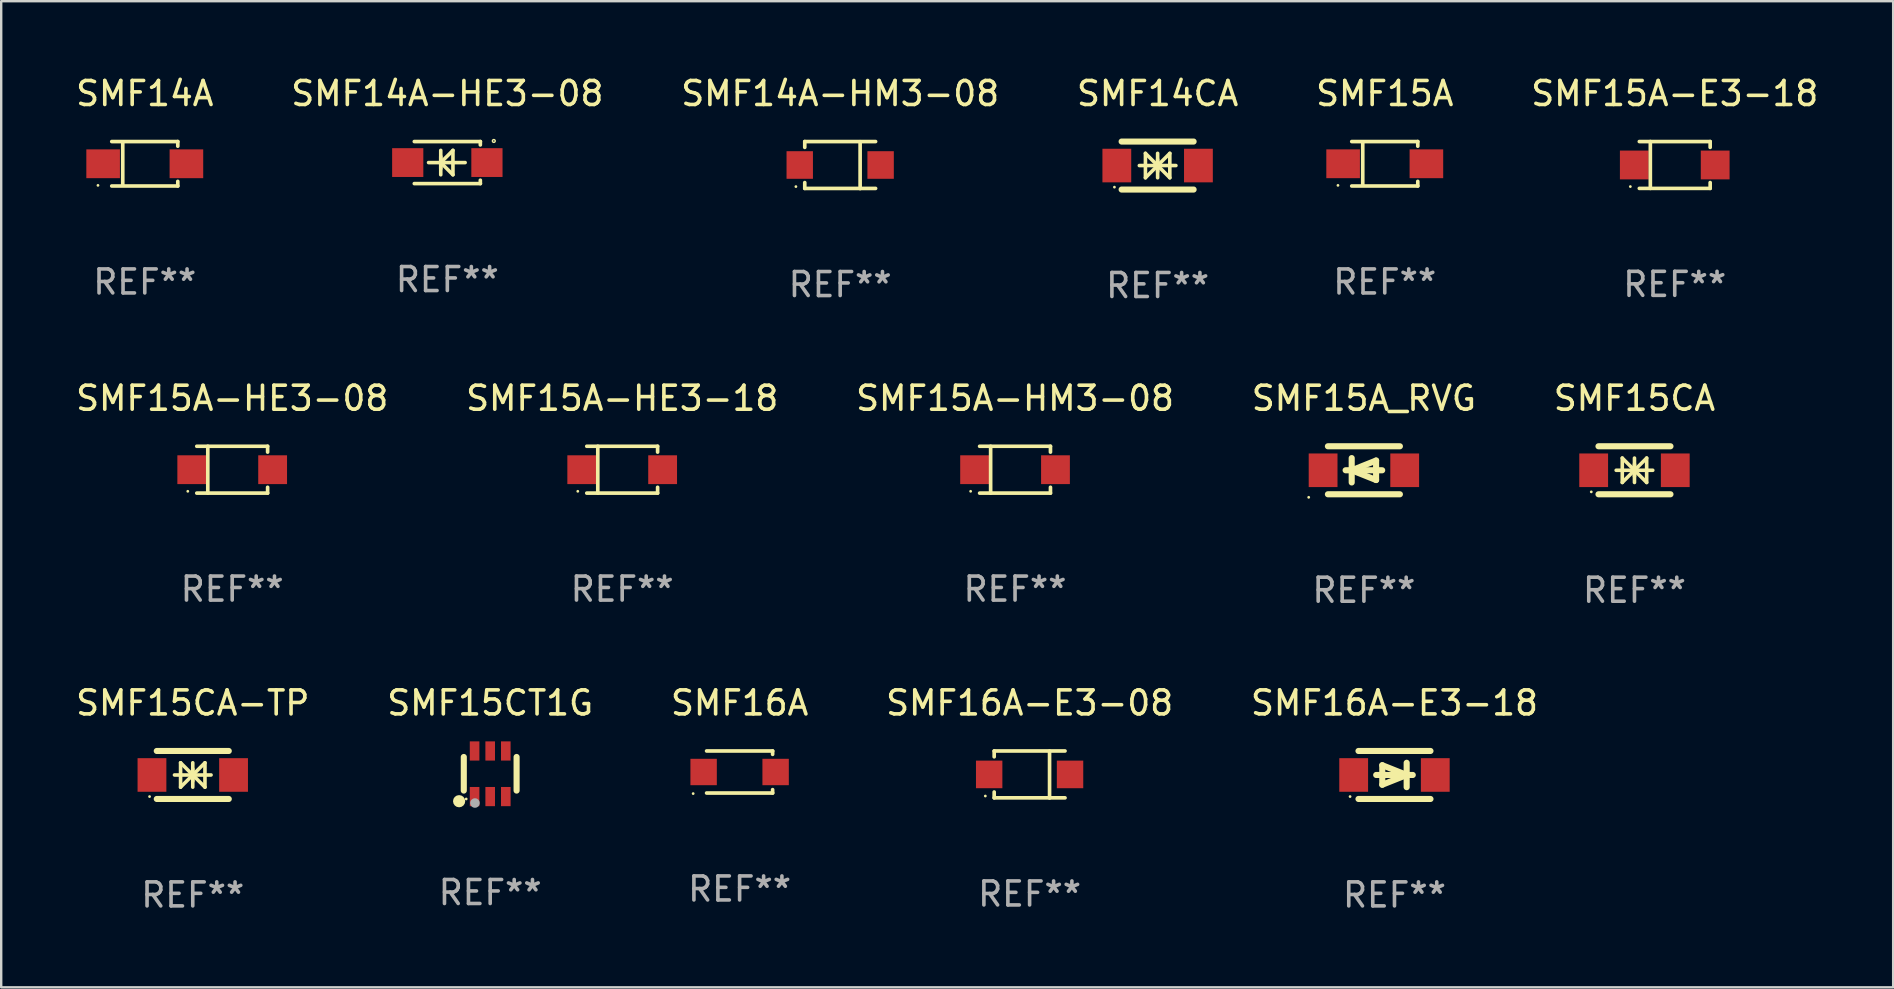
<source format=kicad_pcb>
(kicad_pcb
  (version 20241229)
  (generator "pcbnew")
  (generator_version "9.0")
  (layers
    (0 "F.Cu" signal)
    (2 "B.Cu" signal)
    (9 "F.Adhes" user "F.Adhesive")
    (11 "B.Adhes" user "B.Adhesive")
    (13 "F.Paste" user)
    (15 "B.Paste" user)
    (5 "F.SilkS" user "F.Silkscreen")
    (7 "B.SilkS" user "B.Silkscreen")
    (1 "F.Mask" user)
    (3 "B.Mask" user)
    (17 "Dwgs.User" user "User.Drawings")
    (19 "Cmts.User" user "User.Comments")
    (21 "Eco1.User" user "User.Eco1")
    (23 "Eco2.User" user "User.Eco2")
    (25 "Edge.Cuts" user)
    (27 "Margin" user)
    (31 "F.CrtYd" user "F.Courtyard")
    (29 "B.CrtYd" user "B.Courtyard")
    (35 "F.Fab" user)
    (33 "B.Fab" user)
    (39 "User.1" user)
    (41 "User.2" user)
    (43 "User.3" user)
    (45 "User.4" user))
  (footprint "SMF15A"
    (layer "F.Cu")
    (at 54.649 3.774)
    (property "Reference" "SMF15A" (at 0 -2.926 0) (layer "F.SilkS") (effects (font (size 1 1) (thickness 0.15))))
    (attr through_hole)
    (fp_line (start -1.376 -0.926) (end 1.376 -0.926) (stroke (width 0.152) (type solid)) (layer "F.SilkS"))
    (fp_line (start -1.376 0.926) (end 1.376 0.926) (stroke (width 0.152) (type solid)) (layer "F.SilkS"))
    (fp_line (start -0.917 -0.876) (end -0.917 0.876) (stroke (width 0.152) (type solid)) (layer "F.SilkS"))
    (fp_line (start 1.376 -0.926) (end 1.376 -0.733) (stroke (width 0.152) (type solid)) (layer "F.SilkS"))
    (fp_line (start 1.376 0.926) (end 1.376 0.733) (stroke (width 0.152) (type solid)) (layer "F.SilkS"))
    (fp_circle (center -1.95 0.9) (end -1.92 0.9) (stroke (width 0.06) (type solid)) (fill no) (layer "F.SilkS"))
    (fp_text user "REF**" (at 0 4.926 0) (layer "F.Fab") (effects (font (size 1 1) (thickness 0.15))))
    (pad "1" smd rect (at -1.735 0) (size 1.4 1.2) (layers "F.Cu" "F.Mask" "F.Paste"))
    (pad "2" smd rect (at 1.735 0) (size 1.4 1.2) (layers "F.Cu" "F.Mask" "F.Paste")))
  (footprint "SMF14A"
    (layer "F.Cu")
    (at 2.982 3.774)
    (property "Reference" "SMF14A" (at 0 -2.926 0) (layer "F.SilkS") (effects (font (size 1 1) (thickness 0.15))))
    (attr through_hole)
    (fp_line (start -1.376 -0.926) (end 1.376 -0.926) (stroke (width 0.152) (type solid)) (layer "F.SilkS"))
    (fp_line (start -1.376 0.926) (end 1.376 0.926) (stroke (width 0.152) (type solid)) (layer "F.SilkS"))
    (fp_line (start -0.917 -0.876) (end -0.917 0.876) (stroke (width 0.152) (type solid)) (layer "F.SilkS"))
    (fp_line (start 1.376 -0.926) (end 1.376 -0.733) (stroke (width 0.152) (type solid)) (layer "F.SilkS"))
    (fp_line (start 1.376 0.926) (end 1.376 0.733) (stroke (width 0.152) (type solid)) (layer "F.SilkS"))
    (fp_circle (center -1.95 0.9) (end -1.92 0.9) (stroke (width 0.06) (type solid)) (fill no) (layer "F.SilkS"))
    (fp_text user "REF**" (at 0 4.926 0) (layer "F.Fab") (effects (font (size 1 1) (thickness 0.15))))
    (pad "1" smd rect (at -1.735 0) (size 1.4 1.2) (layers "F.Cu" "F.Mask" "F.Paste"))
    (pad "2" smd rect (at 1.735 0) (size 1.4 1.2) (layers "F.Cu" "F.Mask" "F.Paste")))
  (footprint "SMF15A-HM3-08"
    (layer "F.Cu")
    (at 39.244 16.521)
    (property "Reference" "SMF15A-HM3-08" (at 0 -2.976 0) (layer "F.SilkS") (effects (font (size 1 1) (thickness 0.15))))
    (attr through_hole)
    (fp_line (start -1.476 -0.976) (end 1.476 -0.976) (stroke (width 0.152) (type solid)) (layer "F.SilkS"))
    (fp_line (start -1.476 0.976) (end 1.476 0.976) (stroke (width 0.152) (type solid)) (layer "F.SilkS"))
    (fp_line (start -1.017 -0.976) (end -1.017 0.976) (stroke (width 0.152) (type solid)) (layer "F.SilkS"))
    (fp_line (start 1.476 -0.976) (end 1.476 -0.733) (stroke (width 0.152) (type solid)) (layer "F.SilkS"))
    (fp_line (start 1.476 0.976) (end 1.476 0.733) (stroke (width 0.152) (type solid)) (layer "F.SilkS"))
    (fp_circle (center -1.85 0.9) (end -1.82 0.9) (stroke (width 0.06) (type solid)) (fill no) (layer "F.SilkS"))
    (fp_text user "REF**" (at 0 4.976 0) (layer "F.Fab") (effects (font (size 1 1) (thickness 0.15))))
    (pad "1" smd rect (at -1.685 0) (size 1.2 1.2) (layers "F.Cu" "F.Mask" "F.Paste"))
    (pad "2" smd rect (at 1.685 0) (size 1.2 1.2) (layers "F.Cu" "F.Mask" "F.Paste")))
  (footprint "SMF14A-HM3-08"
    (layer "F.Cu")
    (at 31.958 3.828)
    (property "Reference" "SMF14A-HM3-08" (at 0 -2.98 0) (layer "F.SilkS") (effects (font (size 1 1) (thickness 0.15))))
    (attr through_hole)
    (fp_line (start -1.476 -0.98) (end -1.476 -0.737) (stroke (width 0.152) (type solid)) (layer "F.SilkS"))
    (fp_line (start -1.476 0.973) (end -1.476 0.73) (stroke (width 0.152) (type solid)) (layer "F.SilkS"))
    (fp_line (start 0.831 0.98) (end 0.831 -0.973) (stroke (width 0.152) (type solid)) (layer "F.SilkS"))
    (fp_line (start 1.476 -0.98) (end -1.476 -0.98) (stroke (width 0.152) (type solid)) (layer "F.SilkS"))
    (fp_line (start 1.476 0.973) (end -1.476 0.973) (stroke (width 0.152) (type solid)) (layer "F.SilkS"))
    (fp_circle (center -1.845 0.897) (end -1.815 0.897) (stroke (width 0.06) (type solid)) (fill no) (layer "F.SilkS"))
    (fp_text user "REF**" (at 0 4.98 0) (layer "F.Fab") (effects (font (size 1 1) (thickness 0.15))))
    (pad "1" smd rect (at -1.685 -0.003) (size 1.1 1.15) (layers "F.Cu" "F.Mask" "F.Paste"))
    (pad "2" smd rect (at 1.685 -0.003) (size 1.1 1.15) (layers "F.Cu" "F.Mask" "F.Paste")))
  (footprint "SMF16A"
    (layer "F.Cu")
    (at 27.768 29.117)
    (property "Reference" "SMF16A" (at 0 -2.876 0) (layer "F.SilkS") (effects (font (size 1 1) (thickness 0.15))))
    (attr through_hole)
    (fp_line (start -1.376 -0.876) (end 1.376 -0.876) (stroke (width 0.152) (type solid)) (layer "F.SilkS"))
    (fp_line (start -1.376 0.876) (end 1.376 0.876) (stroke (width 0.152) (type solid)) (layer "F.SilkS"))
    (fp_line (start 1.376 -0.876) (end 1.375 -0.735) (stroke (width 0.152) (type solid)) (layer "F.SilkS"))
    (fp_line (start 1.376 0.876) (end 1.375 0.735) (stroke (width 0.152) (type solid)) (layer "F.SilkS"))
    (fp_circle (center -1.936 0.9) (end -1.906 0.9) (stroke (width 0.06) (type solid)) (fill no) (layer "F.SilkS"))
    (fp_text user "REF**" (at 0 4.876 0) (layer "F.Fab") (effects (font (size 1 1) (thickness 0.15))))
    (pad "1" smd rect (at -1.5 0.000127 180) (size 1.1 1.1) (layers "F.Cu" "F.Mask" "F.Paste"))
    (pad "2" smd rect (at 1.5 0.000127 180) (size 1.1 1.1) (layers "F.Cu" "F.Mask" "F.Paste")))
  (footprint "SMF16A-E3-08"
    (layer "F.Cu")
    (at 39.851 29.221)
    (property "Reference" "SMF16A-E3-08" (at 0 -2.98 0) (layer "F.SilkS") (effects (font (size 1 1) (thickness 0.15))))
    (attr through_hole)
    (fp_line (start -1.476 -0.98) (end -1.476 -0.737) (stroke (width 0.152) (type solid)) (layer "F.SilkS"))
    (fp_line (start -1.476 0.973) (end -1.476 0.73) (stroke (width 0.152) (type solid)) (layer "F.SilkS"))
    (fp_line (start 0.831 0.98) (end 0.831 -0.973) (stroke (width 0.152) (type solid)) (layer "F.SilkS"))
    (fp_line (start 1.476 -0.98) (end -1.476 -0.98) (stroke (width 0.152) (type solid)) (layer "F.SilkS"))
    (fp_line (start 1.476 0.973) (end -1.476 0.973) (stroke (width 0.152) (type solid)) (layer "F.SilkS"))
    (fp_circle (center -1.845 0.897) (end -1.815 0.897) (stroke (width 0.06) (type solid)) (fill no) (layer "F.SilkS"))
    (fp_text user "REF**" (at 0 4.98 0) (layer "F.Fab") (effects (font (size 1 1) (thickness 0.15))))
    (pad "1" smd rect (at -1.685 -0.003) (size 1.1 1.15) (layers "F.Cu" "F.Mask" "F.Paste"))
    (pad "2" smd rect (at 1.685 -0.003) (size 1.1 1.15) (layers "F.Cu" "F.Mask" "F.Paste")))
  (footprint "SMF15CA"
    (layer "F.Cu")
    (at 65.054 16.545)
    (property "Reference" "SMF15CA" (at 0 -3 0) (layer "F.SilkS") (effects (font (size 1 1) (thickness 0.15))))
    (attr through_hole)
    (fp_line (start -1.5 -1) (end 1.5 -1) (stroke (width 0.254) (type solid)) (layer "F.SilkS"))
    (fp_line (start -1.5 1) (end 1.5 1) (stroke (width 0.254) (type solid)) (layer "F.SilkS"))
    (fp_line (start -0.762 0) (end 0.762 0) (stroke (width 0.15) (type solid)) (layer "F.SilkS"))
    (fp_line (start -0.508 -0.508) (end -0.508 0.508) (stroke (width 0.15) (type solid)) (layer "F.SilkS"))
    (fp_line (start 0 -0.508) (end 0 0.508) (stroke (width 0.15) (type solid)) (layer "F.SilkS"))
    (fp_line (start 0 0) (end -0.508 -0.508) (stroke (width 0.15) (type solid)) (layer "F.SilkS"))
    (fp_line (start 0 0) (end -0.508 0.508) (stroke (width 0.15) (type solid)) (layer "F.SilkS"))
    (fp_line (start 0 0) (end 0.508 -0.508) (stroke (width 0.15) (type solid)) (layer "F.SilkS"))
    (fp_line (start 0 0) (end 0.508 0.508) (stroke (width 0.15) (type solid)) (layer "F.SilkS"))
    (fp_line (start 0 0.254) (end 0 -0.254) (stroke (width 0.15) (type solid)) (layer "F.SilkS"))
    (fp_line (start 0.508 0.508) (end 0.508 -0.508) (stroke (width 0.15) (type solid)) (layer "F.SilkS"))
    (fp_circle (center -1.8 0.9) (end -1.77 0.9) (stroke (width 0.06) (type solid)) (fill no) (layer "F.SilkS"))
    (fp_text user "REF**" (at 0 5 0) (layer "F.Fab") (effects (font (size 1 1) (thickness 0.15))))
    (pad "1" smd rect (at -1.7 0) (size 1.2 1.4) (layers "F.Cu" "F.Mask" "F.Paste"))
    (pad "2" smd rect (at 1.7 0) (size 1.2 1.4) (layers "F.Cu" "F.Mask" "F.Paste")))
  (footprint "SMF15CT1G"
    (layer "F.Cu")
    (at 17.375 29.191)
    (property "Reference" "SMF15CT1G" (at 0 -2.95 0) (layer "F.SilkS") (effects (font (size 1 1) (thickness 0.15))))
    (attr through_hole)
    (fp_line (start -1.1 -0.7) (end -1.1 0.7) (stroke (width 0.254) (type solid)) (layer "F.SilkS"))
    (fp_line (start 1.1 -0.7) (end 1.1 0.7) (stroke (width 0.254) (type solid)) (layer "F.SilkS"))
    (fp_circle (center -1.295 1.143) (end -1.168 1.143) (stroke (width 0.254) (type solid)) (fill no) (layer "F.SilkS"))
    (fp_circle (center -1 1.05) (end -0.97 1.05) (stroke (width 0.06) (type solid)) (fill no) (layer "F.SilkS"))
    (fp_circle (center -0.635 1.219) (end -0.535 1.219) (stroke (width 0.2) (type solid)) (fill no) (layer "F.Fab"))
    (fp_text user "REF**" (at 0 4.95 0) (layer "F.Fab") (effects (font (size 1 1) (thickness 0.15))))
    (pad "1" smd rect (at -0.65 0.95) (size 0.4 0.8) (layers "F.Cu" "F.Mask" "F.Paste"))
    (pad "2" smd rect (at 0 0.95) (size 0.4 0.8) (layers "F.Cu" "F.Mask" "F.Paste"))
    (pad "3" smd rect (at 0.65 0.95) (size 0.4 0.8) (layers "F.Cu" "F.Mask" "F.Paste"))
    (pad "4" smd rect (at 0.65 -0.95) (size 0.4 0.8) (layers "F.Cu" "F.Mask" "F.Paste"))
    (pad "5" smd rect (at 0 -0.95) (size 0.4 0.8) (layers "F.Cu" "F.Mask" "F.Paste"))
    (pad "6" smd rect (at -0.65 -0.95) (size 0.4 0.8) (layers "F.Cu" "F.Mask" "F.Paste")))
  (footprint "SMF14A-HE3-08"
    (layer "F.Cu")
    (at 15.589 3.724)
    (property "Reference" "SMF14A-HE3-08" (at 0 -2.876 0) (layer "F.SilkS") (effects (font (size 1 1) (thickness 0.15))))
    (attr through_hole)
    (fp_line (start -1.376 -0.876) (end 1.376 -0.876) (stroke (width 0.152) (type solid)) (layer "F.SilkS"))
    (fp_line (start -1.376 0.876) (end 1.376 0.876) (stroke (width 0.152) (type solid)) (layer "F.SilkS"))
    (fp_line (start -0.782 0) (end 0.742 0) (stroke (width 0.15) (type solid)) (layer "F.SilkS"))
    (fp_line (start -0.274 -0.508) (end -0.274 0.508) (stroke (width 0.15) (type solid)) (layer "F.SilkS"))
    (fp_line (start -0.274 0) (end 0.234 -0.508) (stroke (width 0.15) (type solid)) (layer "F.SilkS"))
    (fp_line (start -0.274 0) (end 0.234 0.508) (stroke (width 0.15) (type solid)) (layer "F.SilkS"))
    (fp_line (start -0.274 0.254) (end -0.274 -0.254) (stroke (width 0.15) (type solid)) (layer "F.SilkS"))
    (fp_line (start 0.234 0.508) (end 0.234 -0.508) (stroke (width 0.15) (type solid)) (layer "F.SilkS"))
    (fp_line (start 1.376 -0.876) (end 1.375 -0.735) (stroke (width 0.152) (type solid)) (layer "F.SilkS"))
    (fp_line (start 1.376 0.876) (end 1.375 0.735) (stroke (width 0.152) (type solid)) (layer "F.SilkS"))
    (fp_circle (center 1.937 -0.9) (end 1.966 -0.9) (stroke (width 0.06) (type solid)) (fill no) (layer "F.SilkS"))
    (fp_text user "REF**" (at 0 4.876 0) (layer "F.Fab") (effects (font (size 1 1) (thickness 0.15))))
    (pad "1" smd rect (at 1.65 0 180) (size 1.3 1.2) (layers "F.Cu" "F.Mask" "F.Paste"))
    (pad "2" smd rect (at -1.65 0 180) (size 1.3 1.2) (layers "F.Cu" "F.Mask" "F.Paste")))
  (footprint "SMF15A-HE3-08"
    (layer "F.Cu")
    (at 6.625 16.521)
    (property "Reference" "SMF15A-HE3-08" (at 0 -2.976 0) (layer "F.SilkS") (effects (font (size 1 1) (thickness 0.15))))
    (attr through_hole)
    (fp_line (start -1.476 -0.976) (end 1.476 -0.976) (stroke (width 0.152) (type solid)) (layer "F.SilkS"))
    (fp_line (start -1.476 0.976) (end 1.476 0.976) (stroke (width 0.152) (type solid)) (layer "F.SilkS"))
    (fp_line (start -1.017 -0.976) (end -1.017 0.976) (stroke (width 0.152) (type solid)) (layer "F.SilkS"))
    (fp_line (start 1.476 -0.976) (end 1.476 -0.733) (stroke (width 0.152) (type solid)) (layer "F.SilkS"))
    (fp_line (start 1.476 0.976) (end 1.476 0.733) (stroke (width 0.152) (type solid)) (layer "F.SilkS"))
    (fp_circle (center -1.85 0.9) (end -1.82 0.9) (stroke (width 0.06) (type solid)) (fill no) (layer "F.SilkS"))
    (fp_text user "REF**" (at 0 4.976 0) (layer "F.Fab") (effects (font (size 1 1) (thickness 0.15))))
    (pad "1" smd rect (at -1.685 0) (size 1.2 1.2) (layers "F.Cu" "F.Mask" "F.Paste"))
    (pad "2" smd rect (at 1.685 0) (size 1.2 1.2) (layers "F.Cu" "F.Mask" "F.Paste")))
  (footprint "SMF15A-E3-18"
    (layer "F.Cu")
    (at 66.732 3.824)
    (property "Reference" "SMF15A-E3-18" (at 0 -2.976 0) (layer "F.SilkS") (effects (font (size 1 1) (thickness 0.15))))
    (attr through_hole)
    (fp_line (start -1.476 -0.976) (end 1.476 -0.976) (stroke (width 0.152) (type solid)) (layer "F.SilkS"))
    (fp_line (start -1.476 0.976) (end 1.476 0.976) (stroke (width 0.152) (type solid)) (layer "F.SilkS"))
    (fp_line (start -1.017 -0.976) (end -1.017 0.976) (stroke (width 0.152) (type solid)) (layer "F.SilkS"))
    (fp_line (start 1.476 -0.976) (end 1.476 -0.733) (stroke (width 0.152) (type solid)) (layer "F.SilkS"))
    (fp_line (start 1.476 0.976) (end 1.476 0.733) (stroke (width 0.152) (type solid)) (layer "F.SilkS"))
    (fp_circle (center -1.85 0.9) (end -1.82 0.9) (stroke (width 0.06) (type solid)) (fill no) (layer "F.SilkS"))
    (fp_text user "REF**" (at 0 4.976 0) (layer "F.Fab") (effects (font (size 1 1) (thickness 0.15))))
    (pad "1" smd rect (at -1.685 0) (size 1.2 1.2) (layers "F.Cu" "F.Mask" "F.Paste"))
    (pad "2" smd rect (at 1.685 0) (size 1.2 1.2) (layers "F.Cu" "F.Mask" "F.Paste")))
  (footprint "SMF16A-E3-18"
    (layer "F.Cu")
    (at 55.054 29.241)
    (property "Reference" "SMF16A-E3-18" (at 0 -3 0) (layer "F.SilkS") (effects (font (size 1 1) (thickness 0.15))))
    (attr through_hole)
    (fp_line (start -1.5 -1) (end 1.5 -1) (stroke (width 0.254) (type solid)) (layer "F.SilkS"))
    (fp_line (start -1.5 1) (end 1.5 1) (stroke (width 0.254) (type solid)) (layer "F.SilkS"))
    (fp_line (start -0.508 -0.406) (end 0.508 0) (stroke (width 0.254) (type solid)) (layer "F.SilkS"))
    (fp_line (start -0.508 0.406) (end -0.508 -0.406) (stroke (width 0.254) (type solid)) (layer "F.SilkS"))
    (fp_line (start 0.508 0) (end -0.508 0.406) (stroke (width 0.254) (type solid)) (layer "F.SilkS"))
    (fp_line (start 0.508 0.508) (end 0.508 -0.508) (stroke (width 0.254) (type solid)) (layer "F.SilkS"))
    (fp_line (start 0.762 0) (end -0.762 0) (stroke (width 0.254) (type solid)) (layer "F.SilkS"))
    (fp_circle (center -1.85 0.9) (end -1.82 0.9) (stroke (width 0.06) (type solid)) (fill no) (layer "F.SilkS"))
    (fp_text user "REF**" (at 0 5 0) (layer "F.Fab") (effects (font (size 1 1) (thickness 0.15))))
    (pad "1" smd rect (at -1.7 0) (size 1.2 1.4) (layers "F.Cu" "F.Mask" "F.Paste"))
    (pad "2" smd rect (at 1.7 0) (size 1.2 1.4) (layers "F.Cu" "F.Mask" "F.Paste")))
  (footprint "SMF15A-HE3-18"
    (layer "F.Cu")
    (at 22.875 16.521)
    (property "Reference" "SMF15A-HE3-18" (at 0 -2.976 0) (layer "F.SilkS") (effects (font (size 1 1) (thickness 0.15))))
    (attr through_hole)
    (fp_line (start -1.476 -0.976) (end 1.476 -0.976) (stroke (width 0.152) (type solid)) (layer "F.SilkS"))
    (fp_line (start -1.476 0.976) (end 1.476 0.976) (stroke (width 0.152) (type solid)) (layer "F.SilkS"))
    (fp_line (start -1.017 -0.976) (end -1.017 0.976) (stroke (width 0.152) (type solid)) (layer "F.SilkS"))
    (fp_line (start 1.476 -0.976) (end 1.476 -0.733) (stroke (width 0.152) (type solid)) (layer "F.SilkS"))
    (fp_line (start 1.476 0.976) (end 1.476 0.733) (stroke (width 0.152) (type solid)) (layer "F.SilkS"))
    (fp_circle (center -1.85 0.9) (end -1.82 0.9) (stroke (width 0.06) (type solid)) (fill no) (layer "F.SilkS"))
    (fp_text user "REF**" (at 0 4.976 0) (layer "F.Fab") (effects (font (size 1 1) (thickness 0.15))))
    (pad "1" smd rect (at -1.685 0) (size 1.2 1.2) (layers "F.Cu" "F.Mask" "F.Paste"))
    (pad "2" smd rect (at 1.685 0) (size 1.2 1.2) (layers "F.Cu" "F.Mask" "F.Paste")))
  (footprint "SMF14CA"
    (layer "F.Cu")
    (at 45.185 3.848)
    (property "Reference" "SMF14CA" (at 0 -3 0) (layer "F.SilkS") (effects (font (size 1 1) (thickness 0.15))))
    (attr through_hole)
    (fp_line (start -1.5 -1) (end 1.5 -1) (stroke (width 0.254) (type solid)) (layer "F.SilkS"))
    (fp_line (start -1.5 1) (end 1.5 1) (stroke (width 0.254) (type solid)) (layer "F.SilkS"))
    (fp_line (start -0.762 0) (end 0.762 0) (stroke (width 0.15) (type solid)) (layer "F.SilkS"))
    (fp_line (start -0.508 -0.508) (end -0.508 0.508) (stroke (width 0.15) (type solid)) (layer "F.SilkS"))
    (fp_line (start 0 -0.508) (end 0 0.508) (stroke (width 0.15) (type solid)) (layer "F.SilkS"))
    (fp_line (start 0 0) (end -0.508 -0.508) (stroke (width 0.15) (type solid)) (layer "F.SilkS"))
    (fp_line (start 0 0) (end -0.508 0.508) (stroke (width 0.15) (type solid)) (layer "F.SilkS"))
    (fp_line (start 0 0) (end 0.508 -0.508) (stroke (width 0.15) (type solid)) (layer "F.SilkS"))
    (fp_line (start 0 0) (end 0.508 0.508) (stroke (width 0.15) (type solid)) (layer "F.SilkS"))
    (fp_line (start 0 0.254) (end 0 -0.254) (stroke (width 0.15) (type solid)) (layer "F.SilkS"))
    (fp_line (start 0.508 0.508) (end 0.508 -0.508) (stroke (width 0.15) (type solid)) (layer "F.SilkS"))
    (fp_circle (center -1.8 0.9) (end -1.77 0.9) (stroke (width 0.06) (type solid)) (fill no) (layer "F.SilkS"))
    (fp_text user "REF**" (at 0 5 0) (layer "F.Fab") (effects (font (size 1 1) (thickness 0.15))))
    (pad "1" smd rect (at -1.7 0) (size 1.2 1.4) (layers "F.Cu" "F.Mask" "F.Paste"))
    (pad "2" smd rect (at 1.7 0) (size 1.2 1.4) (layers "F.Cu" "F.Mask" "F.Paste")))
  (footprint "SMF15A_RVG"
    (layer "F.Cu")
    (at 53.78 16.545)
    (property "Reference" "SMF15A_RVG" (at 0 -3 0) (layer "F.SilkS") (effects (font (size 1 1) (thickness 0.15))))
    (attr through_hole)
    (fp_line (start -1.5 -1) (end 1.5 -1) (stroke (width 0.254) (type solid)) (layer "F.SilkS"))
    (fp_line (start -1.5 1) (end 1.5 1) (stroke (width 0.254) (type solid)) (layer "F.SilkS"))
    (fp_line (start -0.762 0) (end 0.762 0) (stroke (width 0.254) (type solid)) (layer "F.SilkS"))
    (fp_line (start -0.508 -0.508) (end -0.508 0.508) (stroke (width 0.254) (type solid)) (layer "F.SilkS"))
    (fp_line (start -0.508 0) (end 0.508 -0.406) (stroke (width 0.254) (type solid)) (layer "F.SilkS"))
    (fp_line (start 0.508 -0.406) (end 0.508 0.406) (stroke (width 0.254) (type solid)) (layer "F.SilkS"))
    (fp_line (start 0.508 0.406) (end -0.508 0) (stroke (width 0.254) (type solid)) (layer "F.SilkS"))
    (fp_circle (center -2.3 1.127) (end -2.27 1.127) (stroke (width 0.06) (type solid)) (fill no) (layer "F.SilkS"))
    (fp_text user "REF**" (at 0 5 0) (layer "F.Fab") (effects (font (size 1 1) (thickness 0.15))))
    (pad "1" smd rect (at -1.7 0) (size 1.2 1.4) (layers "F.Cu" "F.Mask" "F.Paste"))
    (pad "2" smd rect (at 1.7 0) (size 1.2 1.4) (layers "F.Cu" "F.Mask" "F.Paste")))
  (footprint "SMF15CA-TP"
    (layer "F.Cu")
    (at 4.982 29.241)
    (property "Reference" "SMF15CA-TP" (at 0 -3 0) (layer "F.SilkS") (effects (font (size 1 1) (thickness 0.15))))
    (attr through_hole)
    (fp_line (start -1.5 -1) (end 1.5 -1) (stroke (width 0.254) (type solid)) (layer "F.SilkS"))
    (fp_line (start -1.5 1) (end 1.5 1) (stroke (width 0.254) (type solid)) (layer "F.SilkS"))
    (fp_line (start -0.762 0) (end 0.762 0) (stroke (width 0.15) (type solid)) (layer "F.SilkS"))
    (fp_line (start -0.508 -0.508) (end -0.508 0.508) (stroke (width 0.15) (type solid)) (layer "F.SilkS"))
    (fp_line (start 0 -0.508) (end 0 0.508) (stroke (width 0.15) (type solid)) (layer "F.SilkS"))
    (fp_line (start 0 0) (end -0.508 -0.508) (stroke (width 0.15) (type solid)) (layer "F.SilkS"))
    (fp_line (start 0 0) (end -0.508 0.508) (stroke (width 0.15) (type solid)) (layer "F.SilkS"))
    (fp_line (start 0 0) (end 0.508 -0.508) (stroke (width 0.15) (type solid)) (layer "F.SilkS"))
    (fp_line (start 0 0) (end 0.508 0.508) (stroke (width 0.15) (type solid)) (layer "F.SilkS"))
    (fp_line (start 0 0.254) (end 0 -0.254) (stroke (width 0.15) (type solid)) (layer "F.SilkS"))
    (fp_line (start 0.508 0.508) (end 0.508 -0.508) (stroke (width 0.15) (type solid)) (layer "F.SilkS"))
    (fp_circle (center -1.8 0.9) (end -1.77 0.9) (stroke (width 0.06) (type solid)) (fill no) (layer "F.SilkS"))
    (fp_text user "REF**" (at 0 5 0) (layer "F.Fab") (effects (font (size 1 1) (thickness 0.15))))
    (pad "1" smd rect (at -1.7 0) (size 1.2 1.4) (layers "F.Cu" "F.Mask" "F.Paste"))
    (pad "2" smd rect (at 1.7 0) (size 1.2 1.4) (layers "F.Cu" "F.Mask" "F.Paste")))
  (gr_rect
    (start -3 -3)
    (end 75.833 38.09)
    (stroke (width 0.1) (type default))
    (fill no)
    (layer "Edge.Cuts")))
</source>
